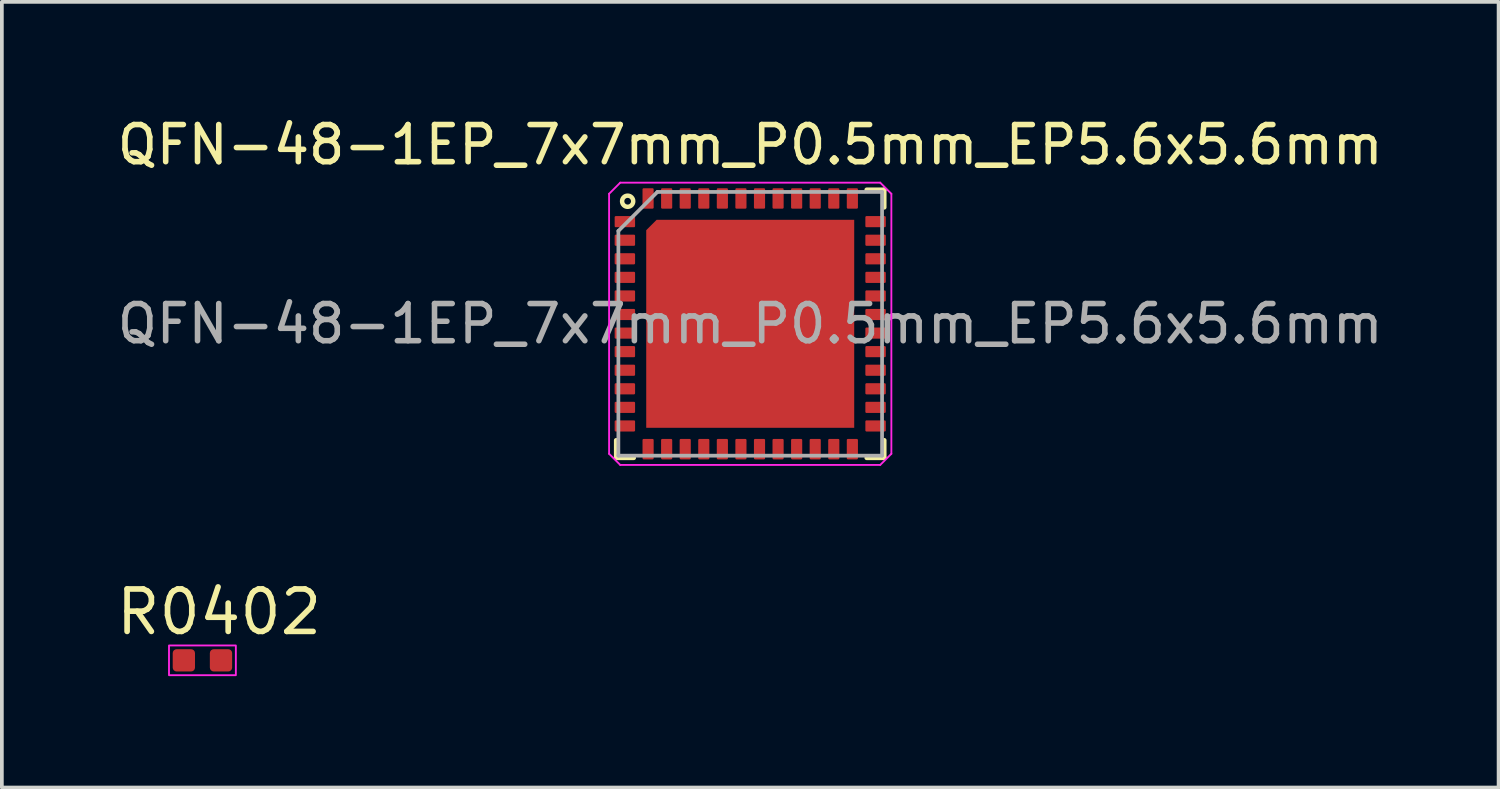
<source format=kicad_pcb>
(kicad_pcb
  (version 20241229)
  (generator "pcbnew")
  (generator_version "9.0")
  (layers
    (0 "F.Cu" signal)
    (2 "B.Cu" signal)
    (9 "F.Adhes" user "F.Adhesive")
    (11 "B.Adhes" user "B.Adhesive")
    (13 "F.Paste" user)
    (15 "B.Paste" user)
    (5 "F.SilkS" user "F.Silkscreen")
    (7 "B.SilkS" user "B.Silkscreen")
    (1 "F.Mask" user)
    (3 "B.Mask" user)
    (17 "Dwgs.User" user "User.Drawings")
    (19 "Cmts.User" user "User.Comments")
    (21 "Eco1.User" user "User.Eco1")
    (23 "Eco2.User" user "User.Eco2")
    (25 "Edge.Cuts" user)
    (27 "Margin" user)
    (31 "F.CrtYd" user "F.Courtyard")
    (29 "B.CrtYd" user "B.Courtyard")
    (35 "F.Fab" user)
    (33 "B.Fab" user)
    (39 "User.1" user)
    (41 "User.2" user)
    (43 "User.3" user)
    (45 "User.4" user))
  (footprint "R0402"
    (layer "F.Cu")
    (at 2.4 14.729)
    (property "Reference" "R0402" (at -2.4 -1.3 0) (layer "F.SilkS") (effects (font (size 1.143 1.143) (thickness 0.152)) (justify left)))
    (attr smd)
    (fp_rect (start -0.9 -0.4) (end 0.9 0.4) (stroke (width 0.05) (type solid)) (fill no) (layer "F.CrtYd"))
    (pad "1" smd roundrect (at -0.5 0) (size 0.6 0.6) (layers "F.Cu" "F.Mask" "F.Paste") (roundrect_rratio 0.175))
    (pad "2" smd roundrect (at 0.5 0) (size 0.6 0.6) (layers "F.Cu" "F.Mask" "F.Paste") (roundrect_rratio 0.175)))
  (footprint "QFN-48-1EP_7x7mm_P0.5mm_EP5.6x5.6mm"
    (layer "F.Cu")
    (at 17.149 5.668)
    (property "Reference" "QFN-48-1EP_7x7mm_P0.5mm_EP5.6x5.6mm" (at 0 -4.82 0) (layer "F.SilkS") (effects (font (size 1 1) (thickness 0.15))))
    (attr smd)
    (fp_line (start -3.61 3.61) (end -3.61 3.135) (stroke (width 0.12) (type solid)) (layer "F.SilkS"))
    (fp_line (start -3.135 3.61) (end -3.61 3.61) (stroke (width 0.12) (type solid)) (layer "F.SilkS"))
    (fp_line (start 3.135 -3.61) (end 3.61 -3.61) (stroke (width 0.12) (type solid)) (layer "F.SilkS"))
    (fp_line (start 3.135 3.61) (end 3.61 3.61) (stroke (width 0.12) (type solid)) (layer "F.SilkS"))
    (fp_line (start 3.61 -3.61) (end 3.61 -3.135) (stroke (width 0.12) (type solid)) (layer "F.SilkS"))
    (fp_line (start 3.61 3.61) (end 3.61 3.135) (stroke (width 0.12) (type solid)) (layer "F.SilkS"))
    (fp_circle (center -3.3 -3.3) (end -3.3 -3.15) (stroke (width 0.12) (type default)) (fill no) (layer "F.SilkS"))
    (fp_line (start -3.8 -3.5) (end -3.8 3.5) (stroke (width 0.05) (type solid)) (layer "F.CrtYd"))
    (fp_line (start -3.8 -3.5) (end -3.5 -3.8) (stroke (width 0.05) (type default)) (layer "F.CrtYd"))
    (fp_line (start -3.5 3.8) (end -3.8 3.5) (stroke (width 0.05) (type default)) (layer "F.CrtYd"))
    (fp_line (start -3.5 3.8) (end 3.5 3.8) (stroke (width 0.05) (type solid)) (layer "F.CrtYd"))
    (fp_line (start 3.5 -3.8) (end -3.5 -3.8) (stroke (width 0.05) (type solid)) (layer "F.CrtYd"))
    (fp_line (start 3.5 3.8) (end 3.8 3.5) (stroke (width 0.05) (type default)) (layer "F.CrtYd"))
    (fp_line (start 3.8 -3.5) (end 3.5 -3.8) (stroke (width 0.05) (type default)) (layer "F.CrtYd"))
    (fp_line (start 3.8 3.5) (end 3.8 -3.5) (stroke (width 0.05) (type solid)) (layer "F.CrtYd"))
    (fp_line (start -3.55 -2.5) (end -2.5 -3.55) (stroke (width 0.1) (type solid)) (layer "F.Fab"))
    (fp_line (start -3.55 3.55) (end -3.55 -2.5) (stroke (width 0.1) (type solid)) (layer "F.Fab"))
    (fp_line (start -2.5 -3.55) (end 3.55 -3.55) (stroke (width 0.1) (type solid)) (layer "F.Fab"))
    (fp_line (start 3.55 -3.55) (end 3.55 3.55) (stroke (width 0.1) (type solid)) (layer "F.Fab"))
    (fp_line (start 3.55 3.55) (end -3.55 3.55) (stroke (width 0.1) (type solid)) (layer "F.Fab"))
    (fp_text user "${REFERENCE}" (at 0 0 0) (layer "F.Fab") (effects (font (size 1 1) (thickness 0.15))))
    (pad "" smd roundrect (at -2.1 -2.1) (size 1.13 1.13) (layers "F.Paste") (roundrect_rratio 0.221))
    (pad "" smd roundrect (at -2.1 -0.7) (size 1.13 1.13) (layers "F.Paste") (roundrect_rratio 0.221))
    (pad "" smd roundrect (at -2.1 0.7) (size 1.13 1.13) (layers "F.Paste") (roundrect_rratio 0.221))
    (pad "" smd roundrect (at -2.1 2.1) (size 1.13 1.13) (layers "F.Paste") (roundrect_rratio 0.221))
    (pad "" smd roundrect (at -0.7 -2.1) (size 1.13 1.13) (layers "F.Paste") (roundrect_rratio 0.221))
    (pad "" smd roundrect (at -0.7 -0.7) (size 1.13 1.13) (layers "F.Paste") (roundrect_rratio 0.221))
    (pad "" smd roundrect (at -0.7 0.7) (size 1.13 1.13) (layers "F.Paste") (roundrect_rratio 0.221))
    (pad "" smd roundrect (at -0.7 2.1) (size 1.13 1.13) (layers "F.Paste") (roundrect_rratio 0.221))
    (pad "" smd roundrect (at 0.7 -2.1) (size 1.13 1.13) (layers "F.Paste") (roundrect_rratio 0.221))
    (pad "" smd roundrect (at 0.7 -0.7) (size 1.13 1.13) (layers "F.Paste") (roundrect_rratio 0.221))
    (pad "" smd roundrect (at 0.7 0.7) (size 1.13 1.13) (layers "F.Paste") (roundrect_rratio 0.221))
    (pad "" smd roundrect (at 0.7 2.1) (size 1.13 1.13) (layers "F.Paste") (roundrect_rratio 0.221))
    (pad "" smd roundrect (at 2.1 -2.1) (size 1.13 1.13) (layers "F.Paste") (roundrect_rratio 0.221))
    (pad "" smd roundrect (at 2.1 -0.7) (size 1.13 1.13) (layers "F.Paste") (roundrect_rratio 0.221))
    (pad "" smd roundrect (at 2.1 0.7) (size 1.13 1.13) (layers "F.Paste") (roundrect_rratio 0.221))
    (pad "" smd roundrect (at 2.1 2.1) (size 1.13 1.13) (layers "F.Paste") (roundrect_rratio 0.221))
    (pad "1" smd roundrect (at -3.375 -2.75 180) (size 0.55 0.3) (layers "F.Cu" "F.Mask" "F.Paste") (roundrect_rratio 0.1))
    (pad "2" smd roundrect (at -3.375 -2.25 180) (size 0.55 0.3) (layers "F.Cu" "F.Mask" "F.Paste") (roundrect_rratio 0.1))
    (pad "3" smd roundrect (at -3.375 -1.75 180) (size 0.55 0.3) (layers "F.Cu" "F.Mask" "F.Paste") (roundrect_rratio 0.1))
    (pad "4" smd roundrect (at -3.375 -1.25 180) (size 0.55 0.3) (layers "F.Cu" "F.Mask" "F.Paste") (roundrect_rratio 0.1))
    (pad "5" smd roundrect (at -3.375 -0.75 180) (size 0.55 0.3) (layers "F.Cu" "F.Mask" "F.Paste") (roundrect_rratio 0.1))
    (pad "6" smd roundrect (at -3.375 -0.25 180) (size 0.55 0.3) (layers "F.Cu" "F.Mask" "F.Paste") (roundrect_rratio 0.1))
    (pad "7" smd roundrect (at -3.375 0.25 180) (size 0.55 0.3) (layers "F.Cu" "F.Mask" "F.Paste") (roundrect_rratio 0.1))
    (pad "8" smd roundrect (at -3.375 0.75 180) (size 0.55 0.3) (layers "F.Cu" "F.Mask" "F.Paste") (roundrect_rratio 0.1))
    (pad "9" smd roundrect (at -3.375 1.25 180) (size 0.55 0.3) (layers "F.Cu" "F.Mask" "F.Paste") (roundrect_rratio 0.1))
    (pad "10" smd roundrect (at -3.375 1.75 180) (size 0.55 0.3) (layers "F.Cu" "F.Mask" "F.Paste") (roundrect_rratio 0.1))
    (pad "11" smd roundrect (at -3.375 2.25 180) (size 0.55 0.3) (layers "F.Cu" "F.Mask" "F.Paste") (roundrect_rratio 0.1))
    (pad "12" smd roundrect (at -3.375 2.75 180) (size 0.55 0.3) (layers "F.Cu" "F.Mask" "F.Paste") (roundrect_rratio 0.1))
    (pad "13" smd roundrect (at -2.75 3.375 90) (size 0.55 0.3) (layers "F.Cu" "F.Mask" "F.Paste") (roundrect_rratio 0.1))
    (pad "14" smd roundrect (at -2.25 3.375 90) (size 0.55 0.3) (layers "F.Cu" "F.Mask" "F.Paste") (roundrect_rratio 0.1))
    (pad "15" smd roundrect (at -1.75 3.375 90) (size 0.55 0.3) (layers "F.Cu" "F.Mask" "F.Paste") (roundrect_rratio 0.1))
    (pad "16" smd roundrect (at -1.25 3.375 90) (size 0.55 0.3) (layers "F.Cu" "F.Mask" "F.Paste") (roundrect_rratio 0.1))
    (pad "17" smd roundrect (at -0.75 3.375 90) (size 0.55 0.3) (layers "F.Cu" "F.Mask" "F.Paste") (roundrect_rratio 0.1))
    (pad "18" smd roundrect (at -0.25 3.375 90) (size 0.55 0.3) (layers "F.Cu" "F.Mask" "F.Paste") (roundrect_rratio 0.1))
    (pad "19" smd roundrect (at 0.25 3.375 90) (size 0.55 0.3) (layers "F.Cu" "F.Mask" "F.Paste") (roundrect_rratio 0.1))
    (pad "20" smd roundrect (at 0.75 3.375 90) (size 0.55 0.3) (layers "F.Cu" "F.Mask" "F.Paste") (roundrect_rratio 0.1))
    (pad "21" smd roundrect (at 1.25 3.375 90) (size 0.55 0.3) (layers "F.Cu" "F.Mask" "F.Paste") (roundrect_rratio 0.1))
    (pad "22" smd roundrect (at 1.75 3.375 90) (size 0.55 0.3) (layers "F.Cu" "F.Mask" "F.Paste") (roundrect_rratio 0.1))
    (pad "23" smd roundrect (at 2.25 3.375 90) (size 0.55 0.3) (layers "F.Cu" "F.Mask" "F.Paste") (roundrect_rratio 0.1))
    (pad "24" smd roundrect (at 2.75 3.375 90) (size 0.55 0.3) (layers "F.Cu" "F.Mask" "F.Paste") (roundrect_rratio 0.1))
    (pad "25" smd roundrect (at 3.375 2.75 180) (size 0.55 0.3) (layers "F.Cu" "F.Mask" "F.Paste") (roundrect_rratio 0.1))
    (pad "26" smd roundrect (at 3.375 2.25 180) (size 0.55 0.3) (layers "F.Cu" "F.Mask" "F.Paste") (roundrect_rratio 0.1))
    (pad "27" smd roundrect (at 3.375 1.75 180) (size 0.55 0.3) (layers "F.Cu" "F.Mask" "F.Paste") (roundrect_rratio 0.1))
    (pad "28" smd roundrect (at 3.375 1.25 180) (size 0.55 0.3) (layers "F.Cu" "F.Mask" "F.Paste") (roundrect_rratio 0.1))
    (pad "29" smd roundrect (at 3.375 0.75 180) (size 0.55 0.3) (layers "F.Cu" "F.Mask" "F.Paste") (roundrect_rratio 0.1))
    (pad "30" smd roundrect (at 3.375 0.25 180) (size 0.55 0.3) (layers "F.Cu" "F.Mask" "F.Paste") (roundrect_rratio 0.1))
    (pad "31" smd roundrect (at 3.375 -0.25 180) (size 0.55 0.3) (layers "F.Cu" "F.Mask" "F.Paste") (roundrect_rratio 0.1))
    (pad "32" smd roundrect (at 3.375 -0.75 180) (size 0.55 0.3) (layers "F.Cu" "F.Mask" "F.Paste") (roundrect_rratio 0.1))
    (pad "33" smd roundrect (at 3.375 -1.25 180) (size 0.55 0.3) (layers "F.Cu" "F.Mask" "F.Paste") (roundrect_rratio 0.1))
    (pad "34" smd roundrect (at 3.375 -1.75 180) (size 0.55 0.3) (layers "F.Cu" "F.Mask" "F.Paste") (roundrect_rratio 0.1))
    (pad "35" smd roundrect (at 3.375 -2.25 180) (size 0.55 0.3) (layers "F.Cu" "F.Mask" "F.Paste") (roundrect_rratio 0.1))
    (pad "36" smd roundrect (at 3.375 -2.75 180) (size 0.55 0.3) (layers "F.Cu" "F.Mask" "F.Paste") (roundrect_rratio 0.1))
    (pad "37" smd roundrect (at 2.75 -3.375 90) (size 0.55 0.3) (layers "F.Cu" "F.Mask" "F.Paste") (roundrect_rratio 0.1))
    (pad "38" smd roundrect (at 2.25 -3.375 90) (size 0.55 0.3) (layers "F.Cu" "F.Mask" "F.Paste") (roundrect_rratio 0.1))
    (pad "39" smd roundrect (at 1.75 -3.375 90) (size 0.55 0.3) (layers "F.Cu" "F.Mask" "F.Paste") (roundrect_rratio 0.1))
    (pad "40" smd roundrect (at 1.25 -3.375 90) (size 0.55 0.3) (layers "F.Cu" "F.Mask" "F.Paste") (roundrect_rratio 0.1))
    (pad "41" smd roundrect (at 0.75 -3.375 90) (size 0.55 0.3) (layers "F.Cu" "F.Mask" "F.Paste") (roundrect_rratio 0.1))
    (pad "42" smd roundrect (at 0.25 -3.375 90) (size 0.55 0.3) (layers "F.Cu" "F.Mask" "F.Paste") (roundrect_rratio 0.1))
    (pad "43" smd roundrect (at -0.25 -3.375 90) (size 0.55 0.3) (layers "F.Cu" "F.Mask" "F.Paste") (roundrect_rratio 0.1))
    (pad "44" smd roundrect (at -0.75 -3.375 90) (size 0.55 0.3) (layers "F.Cu" "F.Mask" "F.Paste") (roundrect_rratio 0.1))
    (pad "45" smd roundrect (at -1.25 -3.375 90) (size 0.55 0.3) (layers "F.Cu" "F.Mask" "F.Paste") (roundrect_rratio 0.1))
    (pad "46" smd roundrect (at -1.75 -3.375 90) (size 0.55 0.3) (layers "F.Cu" "F.Mask" "F.Paste") (roundrect_rratio 0.1))
    (pad "47" smd roundrect (at -2.25 -3.375 90) (size 0.55 0.3) (layers "F.Cu" "F.Mask" "F.Paste") (roundrect_rratio 0.1))
    (pad "48" smd roundrect (at -2.75 -3.375 90) (size 0.55 0.3) (layers "F.Cu" "F.Mask" "F.Paste") (roundrect_rratio 0.1))
    (pad "49" smd roundrect (at 0 0) (size 5.6 5.6) (property pad_prop_heatsink) (layers "F.Cu" "F.Mask") (roundrect_rratio 0) (chamfer_ratio 0.05) (chamfer top_left)))
  (gr_rect
    (start -3 -3)
    (end 37.298 18.154)
    (stroke (width 0.1) (type default))
    (fill no)
    (layer "Edge.Cuts")))
</source>
